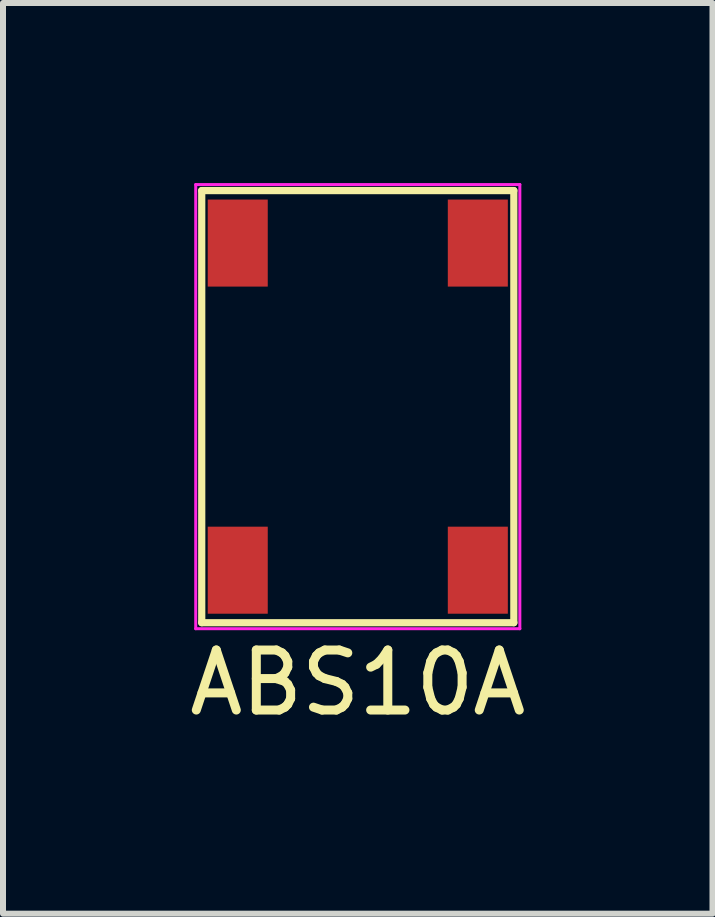
<source format=kicad_pcb>
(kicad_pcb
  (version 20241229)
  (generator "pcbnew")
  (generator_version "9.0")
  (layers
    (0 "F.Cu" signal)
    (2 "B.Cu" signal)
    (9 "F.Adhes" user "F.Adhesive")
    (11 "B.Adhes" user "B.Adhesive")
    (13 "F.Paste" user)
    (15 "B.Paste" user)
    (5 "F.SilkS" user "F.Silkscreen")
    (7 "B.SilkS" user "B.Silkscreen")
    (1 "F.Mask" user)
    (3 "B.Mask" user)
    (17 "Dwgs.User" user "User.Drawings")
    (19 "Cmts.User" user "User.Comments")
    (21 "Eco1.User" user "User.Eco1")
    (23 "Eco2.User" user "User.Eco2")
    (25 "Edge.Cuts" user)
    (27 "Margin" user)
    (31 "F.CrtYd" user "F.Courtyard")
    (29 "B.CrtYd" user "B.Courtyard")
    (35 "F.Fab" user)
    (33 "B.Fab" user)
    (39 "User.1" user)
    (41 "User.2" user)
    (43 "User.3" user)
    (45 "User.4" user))
  (footprint "ABS10A"
    (layer "F.Cu")
    (at 2.911 3.725)
    (property "Reference" "ABS10A" (at 0 4.6 0) (layer "F.SilkS") (effects (font (size 1 1) (thickness 0.15))))
    (attr through_hole)
    (fp_line (start -2.6 -3.6) (end -2.6 3.6) (stroke (width 0.12) (type solid)) (layer "F.SilkS"))
    (fp_line (start -2.6 3.6) (end 2.6 3.6) (stroke (width 0.12) (type solid)) (layer "F.SilkS"))
    (fp_line (start 2.6 -3.6) (end -2.6 -3.6) (stroke (width 0.12) (type solid)) (layer "F.SilkS"))
    (fp_line (start 2.6 3.6) (end 2.6 -3.6) (stroke (width 0.12) (type solid)) (layer "F.SilkS"))
    (fp_line (start -2.7 -3.7) (end -2.7 3.7) (stroke (width 0.05) (type solid)) (layer "F.CrtYd"))
    (fp_line (start -2.7 3.7) (end 2.7 3.7) (stroke (width 0.05) (type solid)) (layer "F.CrtYd"))
    (fp_line (start 2.7 -3.7) (end -2.7 -3.7) (stroke (width 0.05) (type solid)) (layer "F.CrtYd"))
    (fp_line (start 2.7 3.7) (end 2.7 -3.7) (stroke (width 0.05) (type solid)) (layer "F.CrtYd"))
    (pad "1" smd rect (at 2 -2.725) (size 1 1.45) (layers "F.Cu" "F.Mask" "F.Paste"))
    (pad "2" smd rect (at 2 2.725) (size 1 1.45) (layers "F.Cu" "F.Mask" "F.Paste"))
    (pad "3" smd rect (at -2 -2.725) (size 1 1.45) (layers "F.Cu" "F.Mask" "F.Paste"))
    (pad "4" smd rect (at -2 2.725) (size 1 1.45) (layers "F.Cu" "F.Mask" "F.Paste")))
  (gr_rect
    (start -3 -3)
    (end 8.821 12.173)
    (stroke (width 0.1) (type default))
    (fill no)
    (layer "Edge.Cuts")))
</source>
